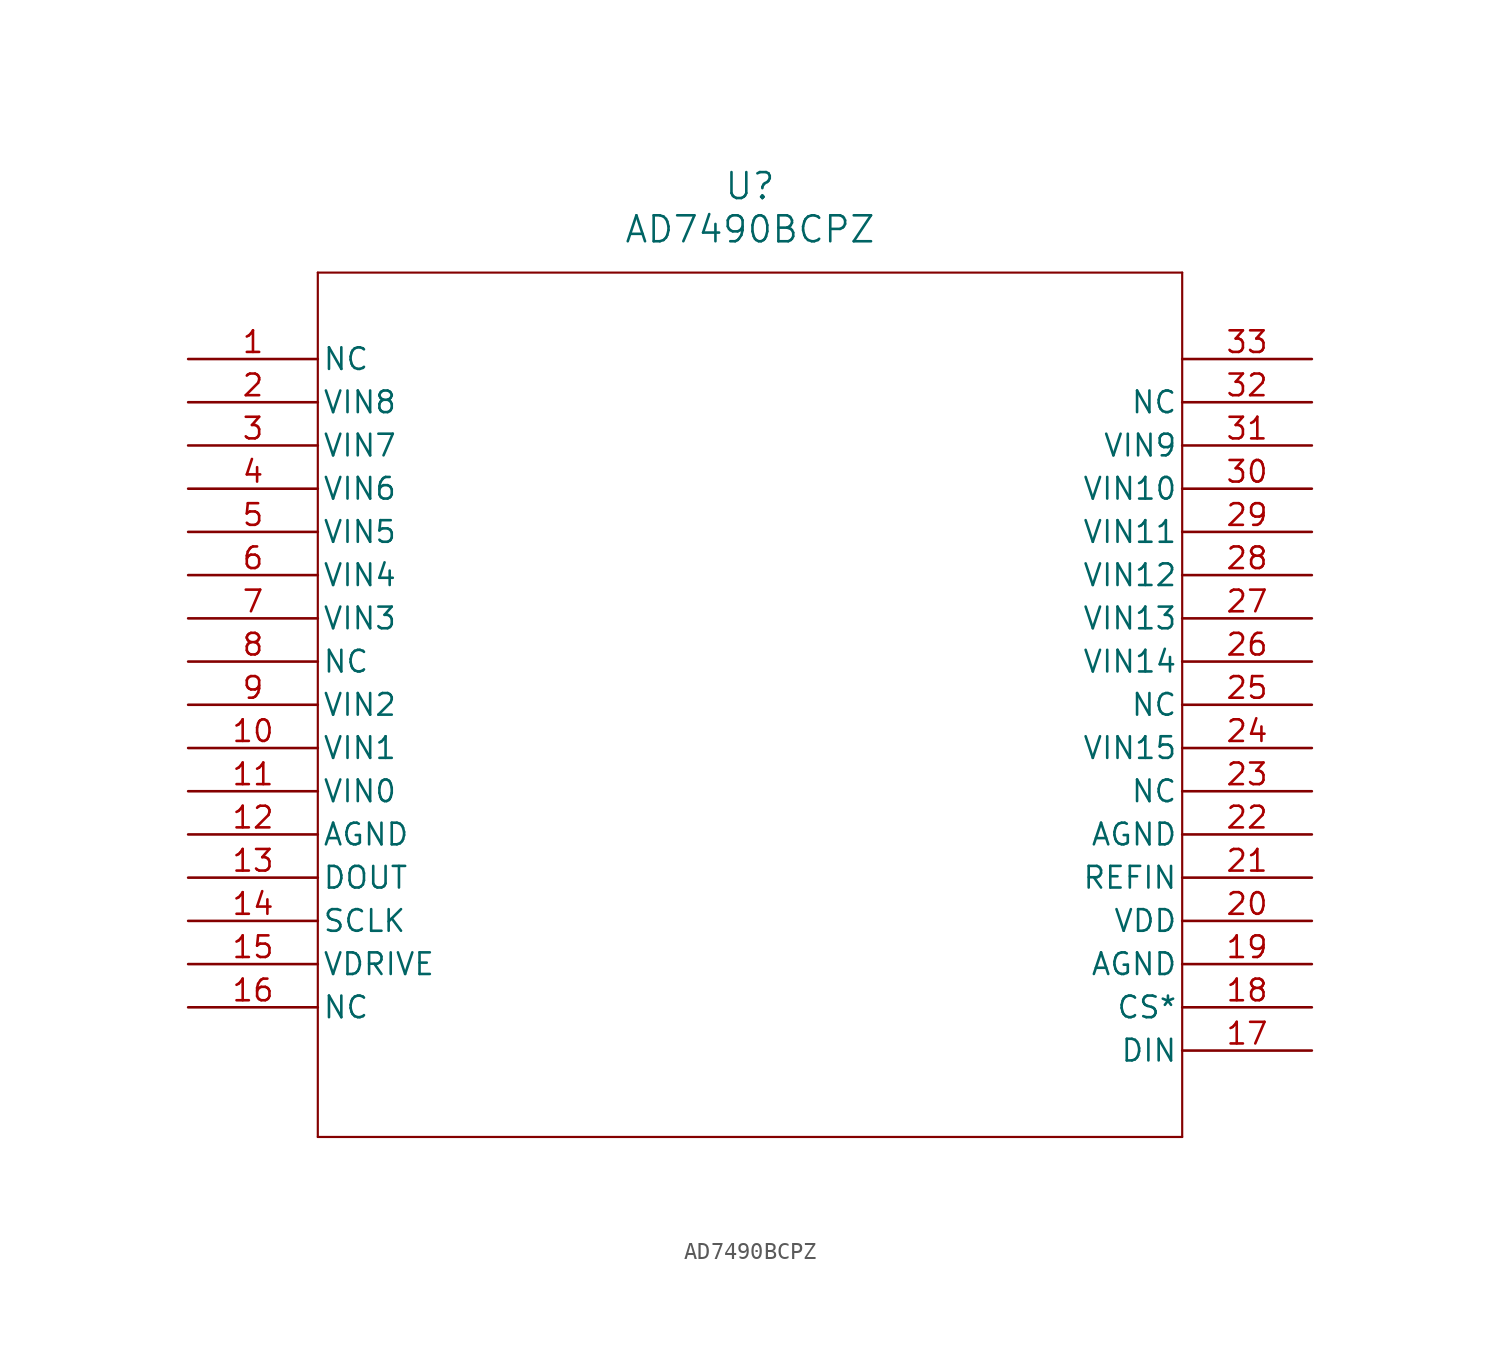
<source format=kicad_sym>
(kicad_symbol_lib
  (version 20211014)
  (generator kicad_symbol_editor)
  (symbol "AD7490BCPZ"
    (pin_names
      (offset 0.254))
    (property "Reference" "U"
      (at 33.02 10.16 0)
      (effects (font (size 1.524 1.524))))
    (property "Value" "AD7490BCPZ"
      (at 33.02 7.62 0)
      (effects (font (size 1.524 1.524))))
    (symbol "AD7490BCPZ_0_1"
      (polyline (pts (xy 7.62 5.08) (xy 7.62 -45.72)) (stroke (width .127) (type default) (color 0 0 0 0)) (fill (type none)))
      (polyline (pts (xy 7.62 -45.72) (xy 58.42 -45.72)) (stroke (width .127) (type default) (color 0 0 0 0)) (fill (type none)))
      (polyline (pts (xy 58.42 -45.72) (xy 58.42 5.08)) (stroke (width .127) (type default) (color 0 0 0 0)) (fill (type none)))
      (polyline (pts (xy 58.42 5.08) (xy 7.62 5.08)) (stroke (width .127) (type default) (color 0 0 0 0)) (fill (type none)))
      (pin unspecified line (at 0 0 0) (length 7.62) (name "NC" (effects (font (size 1.27 1.27)))) (number "1" (effects (font (size 1.27 1.27)))))
      (pin unspecified line (at 0 -2.54 0) (length 7.62) (name "VIN8" (effects (font (size 1.27 1.27)))) (number "2" (effects (font (size 1.27 1.27)))))
      (pin unspecified line (at 0 -5.08 0) (length 7.62) (name "VIN7" (effects (font (size 1.27 1.27)))) (number "3" (effects (font (size 1.27 1.27)))))
      (pin unspecified line (at 0 -7.62 0) (length 7.62) (name "VIN6" (effects (font (size 1.27 1.27)))) (number "4" (effects (font (size 1.27 1.27)))))
      (pin unspecified line (at 0 -10.16 0) (length 7.62) (name "VIN5" (effects (font (size 1.27 1.27)))) (number "5" (effects (font (size 1.27 1.27)))))
      (pin unspecified line (at 0 -12.7 0) (length 7.62) (name "VIN4" (effects (font (size 1.27 1.27)))) (number "6" (effects (font (size 1.27 1.27)))))
      (pin unspecified line (at 0 -15.24 0) (length 7.62) (name "VIN3" (effects (font (size 1.27 1.27)))) (number "7" (effects (font (size 1.27 1.27)))))
      (pin unspecified line (at 0 -17.78 0) (length 7.62) (name "NC" (effects (font (size 1.27 1.27)))) (number "8" (effects (font (size 1.27 1.27)))))
      (pin unspecified line (at 0 -20.32 0) (length 7.62) (name "VIN2" (effects (font (size 1.27 1.27)))) (number "9" (effects (font (size 1.27 1.27)))))
      (pin unspecified line (at 0 -22.86 0) (length 7.62) (name "VIN1" (effects (font (size 1.27 1.27)))) (number "10" (effects (font (size 1.27 1.27)))))
      (pin unspecified line (at 0 -25.4 0) (length 7.62) (name "VIN0" (effects (font (size 1.27 1.27)))) (number "11" (effects (font (size 1.27 1.27)))))
      (pin unspecified line (at 0 -27.94 0) (length 7.62) (name "AGND" (effects (font (size 1.27 1.27)))) (number "12" (effects (font (size 1.27 1.27)))))
      (pin unspecified line (at 0 -30.48 0) (length 7.62) (name "DOUT" (effects (font (size 1.27 1.27)))) (number "13" (effects (font (size 1.27 1.27)))))
      (pin unspecified line (at 0 -33.02 0) (length 7.62) (name "SCLK" (effects (font (size 1.27 1.27)))) (number "14" (effects (font (size 1.27 1.27)))))
      (pin unspecified line (at 0 -35.56 0) (length 7.62) (name "VDRIVE" (effects (font (size 1.27 1.27)))) (number "15" (effects (font (size 1.27 1.27)))))
      (pin unspecified line (at 0 -38.1 0) (length 7.62) (name "NC" (effects (font (size 1.27 1.27)))) (number "16" (effects (font (size 1.27 1.27)))))
      (pin unspecified line (at 66.04 -40.64 180) (length 7.62) (name "DIN" (effects (font (size 1.27 1.27)))) (number "17" (effects (font (size 1.27 1.27)))))
      (pin unspecified line (at 66.04 -38.1 180) (length 7.62) (name "CS*" (effects (font (size 1.27 1.27)))) (number "18" (effects (font (size 1.27 1.27)))))
      (pin unspecified line (at 66.04 -35.56 180) (length 7.62) (name "AGND" (effects (font (size 1.27 1.27)))) (number "19" (effects (font (size 1.27 1.27)))))
      (pin power_in line (at 66.04 -33.02 180) (length 7.62) (name "VDD" (effects (font (size 1.27 1.27)))) (number "20" (effects (font (size 1.27 1.27)))))
      (pin unspecified line (at 66.04 -30.48 180) (length 7.62) (name "REFIN" (effects (font (size 1.27 1.27)))) (number "21" (effects (font (size 1.27 1.27)))))
      (pin unspecified line (at 66.04 -27.94 180) (length 7.62) (name "AGND" (effects (font (size 1.27 1.27)))) (number "22" (effects (font (size 1.27 1.27)))))
      (pin unspecified line (at 66.04 -25.4 180) (length 7.62) (name "NC" (effects (font (size 1.27 1.27)))) (number "23" (effects (font (size 1.27 1.27)))))
      (pin unspecified line (at 66.04 -22.86 180) (length 7.62) (name "VIN15" (effects (font (size 1.27 1.27)))) (number "24" (effects (font (size 1.27 1.27)))))
      (pin unspecified line (at 66.04 -20.32 180) (length 7.62) (name "NC" (effects (font (size 1.27 1.27)))) (number "25" (effects (font (size 1.27 1.27)))))
      (pin unspecified line (at 66.04 -17.78 180) (length 7.62) (name "VIN14" (effects (font (size 1.27 1.27)))) (number "26" (effects (font (size 1.27 1.27)))))
      (pin unspecified line (at 66.04 -15.24 180) (length 7.62) (name "VIN13" (effects (font (size 1.27 1.27)))) (number "27" (effects (font (size 1.27 1.27)))))
      (pin unspecified line (at 66.04 -12.7 180) (length 7.62) (name "VIN12" (effects (font (size 1.27 1.27)))) (number "28" (effects (font (size 1.27 1.27)))))
      (pin unspecified line (at 66.04 -10.16 180) (length 7.62) (name "VIN11" (effects (font (size 1.27 1.27)))) (number "29" (effects (font (size 1.27 1.27)))))
      (pin unspecified line (at 66.04 -7.62 180) (length 7.62) (name "VIN10" (effects (font (size 1.27 1.27)))) (number "30" (effects (font (size 1.27 1.27)))))
      (pin unspecified line (at 66.04 -5.08 180) (length 7.62) (name "VIN9" (effects (font (size 1.27 1.27)))) (number "31" (effects (font (size 1.27 1.27)))))
      (pin unspecified line (at 66.04 -2.54 180) (length 7.62) (name "NC" (effects (font (size 1.27 1.27)))) (number "32" (effects (font (size 1.27 1.27)))))
      (pin unspecified line (at 66.04 0 180) (length 7.62) (name "" (effects (font (size 1.27 1.27)))) (number "33" (effects (font (size 1.27 1.27))))))))
</source>
